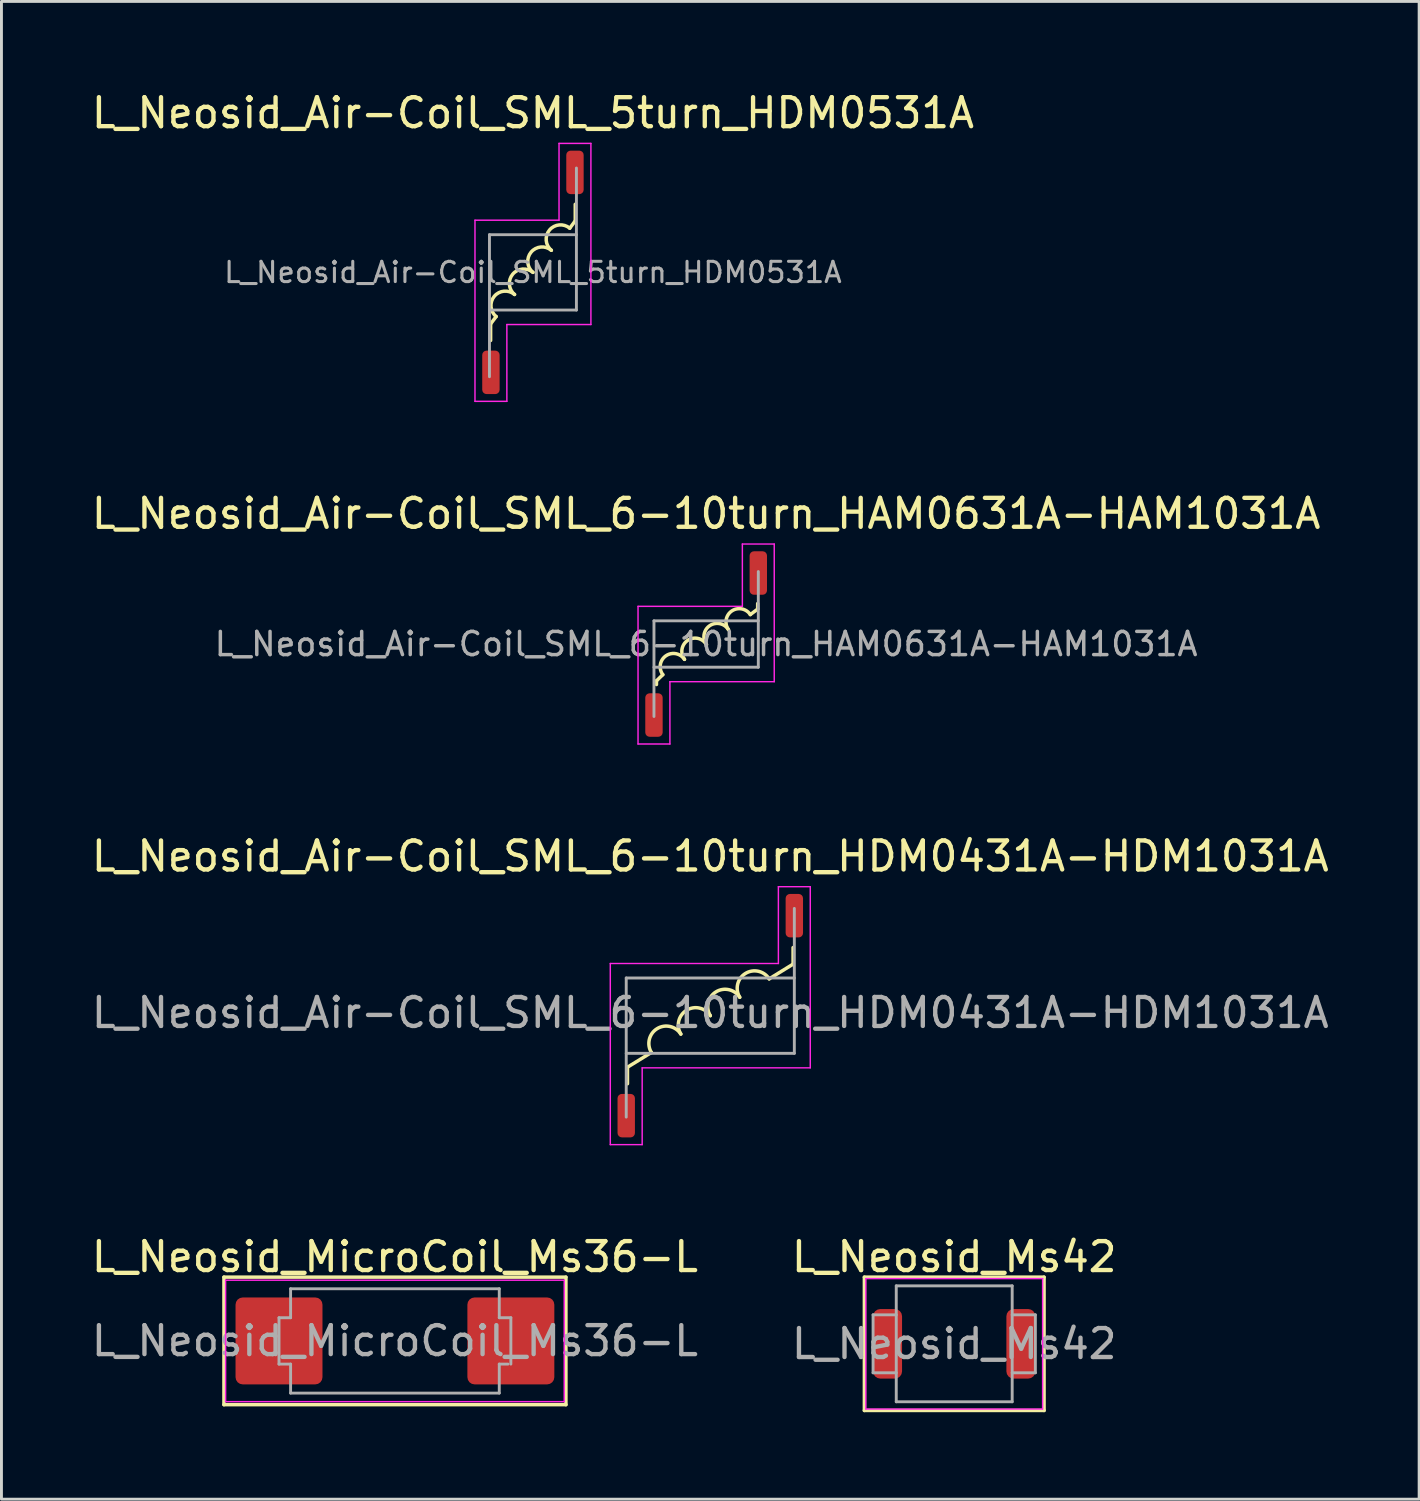
<source format=kicad_pcb>
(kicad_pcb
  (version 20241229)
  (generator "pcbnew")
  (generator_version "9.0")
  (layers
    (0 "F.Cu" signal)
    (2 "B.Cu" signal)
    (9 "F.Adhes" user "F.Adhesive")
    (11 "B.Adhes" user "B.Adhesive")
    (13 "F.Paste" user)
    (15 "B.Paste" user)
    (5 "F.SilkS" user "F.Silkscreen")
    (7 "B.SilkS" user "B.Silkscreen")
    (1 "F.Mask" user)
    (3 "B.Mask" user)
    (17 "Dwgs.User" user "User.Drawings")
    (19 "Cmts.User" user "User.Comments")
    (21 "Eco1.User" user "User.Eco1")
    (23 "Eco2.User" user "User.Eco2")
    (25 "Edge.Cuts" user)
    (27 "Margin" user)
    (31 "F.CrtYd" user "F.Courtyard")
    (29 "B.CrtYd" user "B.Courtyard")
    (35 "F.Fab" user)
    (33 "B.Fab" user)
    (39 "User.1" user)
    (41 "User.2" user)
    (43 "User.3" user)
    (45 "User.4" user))
  (footprint "L_Neosid_MicroCoil_Ms36-L"
    (layer "F.Cu")
    (at 10.577 43.218)
    (property "Reference" "L_Neosid_MicroCoil_Ms36-L" (at 0 -2.9 0) (layer "F.SilkS") (effects (font (size 1 1) (thickness 0.15))))
    (attr smd)
    (fp_line (start -5.9 -2.2) (end -5.9 2.2) (stroke (width 0.12) (type solid)) (layer "F.SilkS"))
    (fp_line (start -5.9 2.2) (end 5.9 2.2) (stroke (width 0.12) (type solid)) (layer "F.SilkS"))
    (fp_line (start 5.9 -2.2) (end -5.9 -2.2) (stroke (width 0.12) (type solid)) (layer "F.SilkS"))
    (fp_line (start 5.9 2.2) (end 5.9 -2.2) (stroke (width 0.12) (type solid)) (layer "F.SilkS"))
    (fp_line (start -5.842 -2.095) (end -5.842 2.095) (stroke (width 0.05) (type solid)) (layer "F.CrtYd"))
    (fp_line (start -5.842 -2.095) (end 5.842 -2.095) (stroke (width 0.05) (type solid)) (layer "F.CrtYd"))
    (fp_line (start 5.842 2.095) (end -5.842 2.095) (stroke (width 0.05) (type solid)) (layer "F.CrtYd"))
    (fp_line (start 5.842 2.095) (end 5.842 -2.095) (stroke (width 0.05) (type solid)) (layer "F.CrtYd"))
    (fp_line (start -4 -0.8) (end -3.6 -0.8) (stroke (width 0.1) (type solid)) (layer "F.Fab"))
    (fp_line (start -4 0.8) (end -4 -0.8) (stroke (width 0.1) (type solid)) (layer "F.Fab"))
    (fp_line (start -4 0.8) (end -3.6 0.8) (stroke (width 0.1) (type solid)) (layer "F.Fab"))
    (fp_line (start -3.6 -1.8) (end 3.6 -1.8) (stroke (width 0.1) (type solid)) (layer "F.Fab"))
    (fp_line (start -3.6 -0.8) (end -3.6 -1.8) (stroke (width 0.1) (type solid)) (layer "F.Fab"))
    (fp_line (start -3.6 1.8) (end -3.6 0.8) (stroke (width 0.1) (type solid)) (layer "F.Fab"))
    (fp_line (start 3.6 -0.8) (end 3.6 -1.8) (stroke (width 0.1) (type solid)) (layer "F.Fab"))
    (fp_line (start 3.6 0.8) (end 3.9 0.8) (stroke (width 0.1) (type solid)) (layer "F.Fab"))
    (fp_line (start 3.6 1.8) (end -3.6 1.8) (stroke (width 0.1) (type solid)) (layer "F.Fab"))
    (fp_line (start 3.6 1.8) (end 3.6 0.8) (stroke (width 0.1) (type solid)) (layer "F.Fab"))
    (fp_line (start 4 -0.8) (end 3.6 -0.8) (stroke (width 0.1) (type solid)) (layer "F.Fab"))
    (fp_line (start 4 -0.8) (end 4 0.8) (stroke (width 0.1) (type solid)) (layer "F.Fab"))
    (fp_text user "${REFERENCE}" (at 0 0 0) (layer "F.Fab") (effects (font (size 1 1) (thickness 0.15))))
    (pad "1" smd roundrect (at -4 0) (size 3 3) (layers "F.Cu" "F.Mask" "F.Paste") (roundrect_rratio 0.083))
    (pad "2" smd roundrect (at 4 0) (size 3 3) (layers "F.Cu" "F.Mask" "F.Paste") (roundrect_rratio 0.083)))
  (footprint "L_Neosid_Air-Coil_SML_5turn_HDM0531A"
    (layer "F.Cu")
    (at 15.339 6.348)
    (property "Reference" "L_Neosid_Air-Coil_SML_5turn_HDM0531A" (at 0 -5.5 0) (layer "F.SilkS") (effects (font (size 1 1) (thickness 0.15))))
    (attr smd)
    (fp_line (start -1.46 1.778) (end -1.46 2.349) (stroke (width 0.12) (type solid)) (layer "F.SilkS"))
    (fp_line (start -1.27 1.524) (end -1.46 1.778) (stroke (width 0.12) (type solid)) (layer "F.SilkS"))
    (fp_line (start 1.46 -1.778) (end 1.27 -1.524) (stroke (width 0.12) (type solid)) (layer "F.SilkS"))
    (fp_line (start 1.46 -1.778) (end 1.46 -2.349) (stroke (width 0.12) (type solid)) (layer "F.SilkS"))
    (fp_arc (start -1.269998 1.523998) (mid -1.333498 0.8255) (end -0.635 0.762) (stroke (width 0.12) (type solid)) (layer "F.SilkS"))
    (fp_arc (start -0.634998 0.761998) (mid -0.698498 0.0635) (end 0 0) (stroke (width 0.12) (type solid)) (layer "F.SilkS"))
    (fp_arc (start 0.000002 -0.000002) (mid -0.063498 -0.6985) (end 0.635 -0.762) (stroke (width 0.12) (type solid)) (layer "F.SilkS"))
    (fp_arc (start 0.635002 -0.762002) (mid 0.571502 -1.4605) (end 1.27 -1.524) (stroke (width 0.12) (type solid)) (layer "F.SilkS"))
    (fp_line (start -2 -1.8) (end -2 4.45) (stroke (width 0.05) (type solid)) (layer "F.CrtYd"))
    (fp_line (start -2 4.45) (end -0.9 4.45) (stroke (width 0.05) (type solid)) (layer "F.CrtYd"))
    (fp_line (start -0.9 1.8) (end 2 1.8) (stroke (width 0.05) (type solid)) (layer "F.CrtYd"))
    (fp_line (start -0.9 4.45) (end -0.9 1.8) (stroke (width 0.05) (type solid)) (layer "F.CrtYd"))
    (fp_line (start 0.9 -4.45) (end 0.9 -1.8) (stroke (width 0.05) (type solid)) (layer "F.CrtYd"))
    (fp_line (start 0.9 -1.8) (end -2 -1.8) (stroke (width 0.05) (type solid)) (layer "F.CrtYd"))
    (fp_line (start 2 -4.45) (end 0.9 -4.45) (stroke (width 0.05) (type solid)) (layer "F.CrtYd"))
    (fp_line (start 2 1.8) (end 2 -4.45) (stroke (width 0.05) (type solid)) (layer "F.CrtYd"))
    (fp_line (start -1.5 -1.3) (end 1.5 -1.3) (stroke (width 0.1) (type solid)) (layer "F.Fab"))
    (fp_line (start -1.5 3.6) (end -1.5 -1.3) (stroke (width 0.1) (type solid)) (layer "F.Fab"))
    (fp_line (start 1.5 1.3) (end -1.5 1.3) (stroke (width 0.1) (type solid)) (layer "F.Fab"))
    (fp_line (start 1.5 1.3) (end 1.5 -3.6) (stroke (width 0.1) (type solid)) (layer "F.Fab"))
    (fp_text user "${REFERENCE}" (at 0 0 0) (layer "F.Fab") (effects (font (size 0.7 0.7) (thickness 0.105))))
    (pad "1" smd roundrect (at -1.45 3.45) (size 0.6 1.5) (layers "F.Cu" "F.Mask" "F.Paste") (roundrect_rratio 0.25))
    (pad "2" smd roundrect (at 1.45 -3.45) (size 0.6 1.5) (layers "F.Cu" "F.Mask" "F.Paste") (roundrect_rratio 0.25)))
  (footprint "L_Neosid_Ms42"
    (layer "F.Cu")
    (at 29.875 43.318)
    (property "Reference" "L_Neosid_Ms42" (at 0 -3 0) (layer "F.SilkS") (effects (font (size 1 1) (thickness 0.15))))
    (attr smd)
    (fp_line (start -3.1 -2.3) (end -3.1 2.3) (stroke (width 0.12) (type solid)) (layer "F.SilkS"))
    (fp_line (start -3.1 2.3) (end 3.1 2.3) (stroke (width 0.12) (type solid)) (layer "F.SilkS"))
    (fp_line (start 3.1 -2.3) (end -3.1 -2.3) (stroke (width 0.12) (type solid)) (layer "F.SilkS"))
    (fp_line (start 3.1 2.3) (end 3.1 -2.3) (stroke (width 0.12) (type solid)) (layer "F.SilkS"))
    (fp_line (start -3.05 -2.25) (end -3.05 2.25) (stroke (width 0.05) (type solid)) (layer "F.CrtYd"))
    (fp_line (start -3.05 -2.25) (end 3.05 -2.25) (stroke (width 0.05) (type solid)) (layer "F.CrtYd"))
    (fp_line (start 3.05 2.25) (end -3.05 2.25) (stroke (width 0.05) (type solid)) (layer "F.CrtYd"))
    (fp_line (start 3.05 2.25) (end 3.05 -2.25) (stroke (width 0.05) (type solid)) (layer "F.CrtYd"))
    (fp_line (start -2.8 -1) (end -2 -1) (stroke (width 0.1) (type solid)) (layer "F.Fab"))
    (fp_line (start -2.8 1) (end -2.8 -1) (stroke (width 0.1) (type solid)) (layer "F.Fab"))
    (fp_line (start -2 -2) (end 2 -2) (stroke (width 0.1) (type solid)) (layer "F.Fab"))
    (fp_line (start -2 1) (end -2.8 1) (stroke (width 0.1) (type solid)) (layer "F.Fab"))
    (fp_line (start -2 2) (end -2 -2) (stroke (width 0.1) (type solid)) (layer "F.Fab"))
    (fp_line (start 2 -2) (end 2 2) (stroke (width 0.1) (type solid)) (layer "F.Fab"))
    (fp_line (start 2 -1) (end 2.8 -1) (stroke (width 0.1) (type solid)) (layer "F.Fab"))
    (fp_line (start 2 2) (end -2 2) (stroke (width 0.1) (type solid)) (layer "F.Fab"))
    (fp_line (start 2.8 -1) (end 2.8 1) (stroke (width 0.1) (type solid)) (layer "F.Fab"))
    (fp_line (start 2.8 1) (end 2 1) (stroke (width 0.1) (type solid)) (layer "F.Fab"))
    (fp_text user "${REFERENCE}" (at 0 0 0) (layer "F.Fab") (effects (font (size 1 1) (thickness 0.15))))
    (pad "1" smd roundrect (at -2.3 0) (size 1 2.4) (layers "F.Cu" "F.Mask" "F.Paste") (roundrect_rratio 0.25))
    (pad "2" smd roundrect (at 2.3 0) (size 1 2.4) (layers "F.Cu" "F.Mask" "F.Paste") (roundrect_rratio 0.25)))
  (footprint "L_Neosid_Air-Coil_SML_6-10turn_HDM0431A-HDM1031A"
    (layer "F.Cu")
    (at 21.458 31.995)
    (property "Reference" "L_Neosid_Air-Coil_SML_6-10turn_HDM0431A-HDM1031A" (at 0 -5.5 0) (layer "F.SilkS") (effects (font (size 1 1) (thickness 0.15))))
    (attr smd)
    (fp_line (start -2.857 1.778) (end -2.857 2.349) (stroke (width 0.12) (type solid)) (layer "F.SilkS"))
    (fp_line (start -2.857 1.778) (end -2.032 1.27) (stroke (width 0.12) (type solid)) (layer "F.SilkS"))
    (fp_line (start 2.857 -1.778) (end 2.032 -1.27) (stroke (width 0.12) (type solid)) (layer "F.SilkS"))
    (fp_line (start 2.857 -1.778) (end 2.857 -2.349) (stroke (width 0.12) (type solid)) (layer "F.SilkS"))
    (fp_arc (start -2.031998 1.269998) (mid -1.841498 0.4445) (end -1.016 0.635) (stroke (width 0.12) (type solid)) (layer "F.SilkS"))
    (fp_arc (start -1.015998 0.634998) (mid -0.825498 -0.1905) (end 0 0) (stroke (width 0.12) (type solid)) (layer "F.SilkS"))
    (fp_arc (start 0.000002 -0.000002) (mid 0.190502 -0.8255) (end 1.016 -0.635) (stroke (width 0.12) (type solid)) (layer "F.SilkS"))
    (fp_arc (start 1.016002 -0.635002) (mid 1.206502 -1.4605) (end 2.032 -1.27) (stroke (width 0.12) (type solid)) (layer "F.SilkS"))
    (fp_line (start -3.45 -1.8) (end -3.45 4.45) (stroke (width 0.05) (type solid)) (layer "F.CrtYd"))
    (fp_line (start -3.45 4.45) (end -2.35 4.45) (stroke (width 0.05) (type solid)) (layer "F.CrtYd"))
    (fp_line (start -2.35 1.8) (end 3.45 1.8) (stroke (width 0.05) (type solid)) (layer "F.CrtYd"))
    (fp_line (start -2.35 4.45) (end -2.35 1.8) (stroke (width 0.05) (type solid)) (layer "F.CrtYd"))
    (fp_line (start 2.35 -4.45) (end 2.35 -1.8) (stroke (width 0.05) (type solid)) (layer "F.CrtYd"))
    (fp_line (start 2.35 -1.8) (end -3.45 -1.8) (stroke (width 0.05) (type solid)) (layer "F.CrtYd"))
    (fp_line (start 3.45 -4.45) (end 2.35 -4.45) (stroke (width 0.05) (type solid)) (layer "F.CrtYd"))
    (fp_line (start 3.45 1.8) (end 3.45 -4.45) (stroke (width 0.05) (type solid)) (layer "F.CrtYd"))
    (fp_line (start -2.9 -1.3) (end 2.9 -1.3) (stroke (width 0.1) (type solid)) (layer "F.Fab"))
    (fp_line (start -2.9 3.5) (end -2.9 -1.3) (stroke (width 0.1) (type solid)) (layer "F.Fab"))
    (fp_line (start 2.9 1.3) (end -2.9 1.3) (stroke (width 0.1) (type solid)) (layer "F.Fab"))
    (fp_line (start 2.9 1.3) (end 2.9 -3.7) (stroke (width 0.1) (type solid)) (layer "F.Fab"))
    (fp_text user "${REFERENCE}" (at 0 -0.1 0) (layer "F.Fab") (effects (font (size 1 1) (thickness 0.15))))
    (pad "1" smd roundrect (at -2.9 3.45) (size 0.6 1.5) (layers "F.Cu" "F.Mask" "F.Paste") (roundrect_rratio 0.25))
    (pad "2" smd roundrect (at 2.9 -3.45) (size 0.6 1.5) (layers "F.Cu" "F.Mask" "F.Paste") (roundrect_rratio 0.25)))
  (footprint "L_Neosid_Air-Coil_SML_6-10turn_HAM0631A-HAM1031A"
    (layer "F.Cu")
    (at 21.315 19.172)
    (property "Reference" "L_Neosid_Air-Coil_SML_6-10turn_HAM0631A-HAM1031A" (at 0 -4.5 0) (layer "F.SilkS") (effects (font (size 1 1) (thickness 0.15))))
    (attr smd)
    (fp_line (start -1.714 1.27) (end -1.714 1.397) (stroke (width 0.12) (type solid)) (layer "F.SilkS"))
    (fp_line (start -1.495 1.057) (end -1.714 1.27) (stroke (width 0.12) (type solid)) (layer "F.SilkS"))
    (fp_line (start 1.524 -1.016) (end 1.778 -1.206) (stroke (width 0.12) (type solid)) (layer "F.SilkS"))
    (fp_line (start 1.778 -1.206) (end 1.778 -1.397) (stroke (width 0.12) (type solid)) (layer "F.SilkS"))
    (fp_arc (start -1.494644 1.057486) (mid -1.392794 0.408938) (end -0.747322 0.528743) (stroke (width 0.12) (type solid)) (layer "F.SilkS"))
    (fp_arc (start -0.747322 0.528743) (mid -0.645472 -0.119805) (end 0 0) (stroke (width 0.12) (type solid)) (layer "F.SilkS"))
    (fp_arc (start 0.014678 0.020743) (mid 0.116528 -0.627805) (end 0.762 -0.508) (stroke (width 0.12) (type solid)) (layer "F.SilkS"))
    (fp_arc (start 0.776678 -0.487257) (mid 0.878528 -1.135805) (end 1.524 -1.016) (stroke (width 0.12) (type solid)) (layer "F.SilkS"))
    (fp_line (start -2.35 -1.3) (end -2.35 3.45) (stroke (width 0.05) (type solid)) (layer "F.CrtYd"))
    (fp_line (start -2.35 3.45) (end -1.25 3.45) (stroke (width 0.05) (type solid)) (layer "F.CrtYd"))
    (fp_line (start -1.25 1.3) (end 2.35 1.3) (stroke (width 0.05) (type solid)) (layer "F.CrtYd"))
    (fp_line (start -1.25 3.45) (end -1.25 1.3) (stroke (width 0.05) (type solid)) (layer "F.CrtYd"))
    (fp_line (start 1.25 -3.45) (end 1.25 -1.3) (stroke (width 0.05) (type solid)) (layer "F.CrtYd"))
    (fp_line (start 1.25 -1.3) (end -2.35 -1.3) (stroke (width 0.05) (type solid)) (layer "F.CrtYd"))
    (fp_line (start 2.35 -3.45) (end 1.25 -3.45) (stroke (width 0.05) (type solid)) (layer "F.CrtYd"))
    (fp_line (start 2.35 1.3) (end 2.35 -3.45) (stroke (width 0.05) (type solid)) (layer "F.CrtYd"))
    (fp_line (start -1.8 -0.8) (end -1.8 2.5) (stroke (width 0.1) (type solid)) (layer "F.Fab"))
    (fp_line (start -1.8 -0.8) (end 1.8 -0.8) (stroke (width 0.1) (type solid)) (layer "F.Fab"))
    (fp_line (start 1.8 0.8) (end -1.8 0.8) (stroke (width 0.1) (type solid)) (layer "F.Fab"))
    (fp_line (start 1.8 0.8) (end 1.8 -2.5) (stroke (width 0.1) (type solid)) (layer "F.Fab"))
    (fp_text user "${REFERENCE}" (at 0 0 0) (layer "F.Fab") (effects (font (size 0.8 0.8) (thickness 0.12))))
    (pad "1" smd roundrect (at -1.8 2.45) (size 0.6 1.5) (layers "F.Cu" "F.Mask" "F.Paste") (roundrect_rratio 0.25))
    (pad "2" smd roundrect (at 1.8 -2.45) (size 0.6 1.5) (layers "F.Cu" "F.Mask" "F.Paste") (roundrect_rratio 0.25)))
  (gr_rect
    (start -3 -3)
    (end 45.917 48.678)
    (stroke (width 0.1) (type default))
    (fill no)
    (layer "Edge.Cuts")))
</source>
